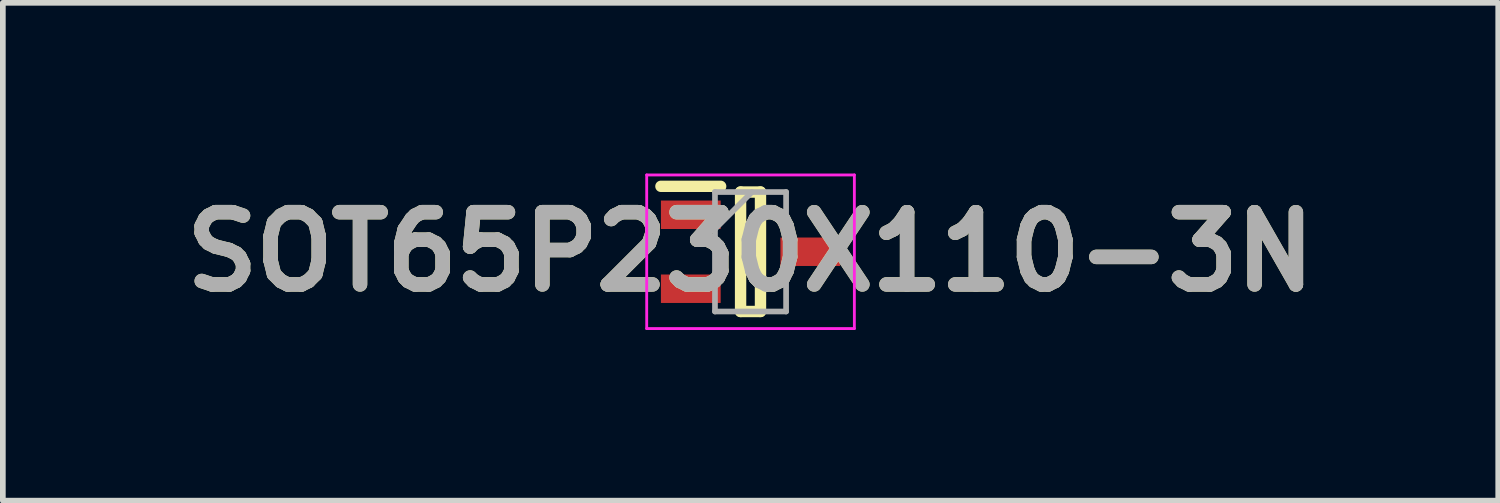
<source format=kicad_pcb>
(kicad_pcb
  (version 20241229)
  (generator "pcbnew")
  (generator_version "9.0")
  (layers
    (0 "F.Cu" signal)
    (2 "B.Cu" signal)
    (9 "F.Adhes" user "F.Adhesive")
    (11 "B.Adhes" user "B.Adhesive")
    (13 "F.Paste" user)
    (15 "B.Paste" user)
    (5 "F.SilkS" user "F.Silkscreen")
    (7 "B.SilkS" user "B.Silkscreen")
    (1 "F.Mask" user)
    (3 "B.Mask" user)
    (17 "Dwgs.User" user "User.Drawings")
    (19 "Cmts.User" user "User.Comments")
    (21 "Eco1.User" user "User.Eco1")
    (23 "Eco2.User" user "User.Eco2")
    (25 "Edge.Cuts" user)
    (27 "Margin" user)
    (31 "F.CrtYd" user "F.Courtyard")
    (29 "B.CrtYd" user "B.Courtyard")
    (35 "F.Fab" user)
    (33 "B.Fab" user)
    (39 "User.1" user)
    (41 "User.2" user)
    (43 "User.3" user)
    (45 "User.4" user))
  (footprint "SOT65P230X110-3N"
    (layer "F.Cu")
    (at 10.142 1.375)
    (property "Reference" "SOT65P230X110-3N" (at 0 0 0) (layer "F.SilkS") (effects (font (size 1.27 1.27) (thickness 0.254))))
    (attr smd)
    (fp_line (start -1.575 -1.15) (end -0.525 -1.15) (stroke (width 0.2) (type solid)) (layer "F.SilkS"))
    (fp_line (start -0.175 -1.05) (end 0.175 -1.05) (stroke (width 0.2) (type solid)) (layer "F.SilkS"))
    (fp_line (start -0.175 1.05) (end -0.175 -1.05) (stroke (width 0.2) (type solid)) (layer "F.SilkS"))
    (fp_line (start 0.175 -1.05) (end 0.175 1.05) (stroke (width 0.2) (type solid)) (layer "F.SilkS"))
    (fp_line (start 0.175 1.05) (end -0.175 1.05) (stroke (width 0.2) (type solid)) (layer "F.SilkS"))
    (fp_line (start -1.825 -1.35) (end 1.825 -1.35) (stroke (width 0.05) (type solid)) (layer "F.CrtYd"))
    (fp_line (start -1.825 1.35) (end -1.825 -1.35) (stroke (width 0.05) (type solid)) (layer "F.CrtYd"))
    (fp_line (start 1.825 -1.35) (end 1.825 1.35) (stroke (width 0.05) (type solid)) (layer "F.CrtYd"))
    (fp_line (start 1.825 1.35) (end -1.825 1.35) (stroke (width 0.05) (type solid)) (layer "F.CrtYd"))
    (fp_line (start -0.625 -1.05) (end 0.625 -1.05) (stroke (width 0.1) (type solid)) (layer "F.Fab"))
    (fp_line (start -0.625 -0.4) (end 0.025 -1.05) (stroke (width 0.1) (type solid)) (layer "F.Fab"))
    (fp_line (start -0.625 1.05) (end -0.625 -1.05) (stroke (width 0.1) (type solid)) (layer "F.Fab"))
    (fp_line (start 0.625 -1.05) (end 0.625 1.05) (stroke (width 0.1) (type solid)) (layer "F.Fab"))
    (fp_line (start 0.625 1.05) (end -0.625 1.05) (stroke (width 0.1) (type solid)) (layer "F.Fab"))
    (fp_text user "${REFERENCE}" (at 0 0 0) (layer "F.Fab") (effects (font (size 1.27 1.27) (thickness 0.254))))
    (pad "1" smd rect (at -1.05 -0.65 90) (size 0.5 1.05) (layers "F.Cu" "F.Mask" "F.Paste"))
    (pad "2" smd rect (at -1.05 0.65 90) (size 0.5 1.05) (layers "F.Cu" "F.Mask" "F.Paste"))
    (pad "3" smd rect (at 1.05 0 90) (size 0.5 1.05) (layers "F.Cu" "F.Mask" "F.Paste")))
  (gr_rect
    (start -3 -3)
    (end 23.284 5.75)
    (stroke (width 0.1) (type default))
    (fill no)
    (layer "Edge.Cuts")))
</source>
